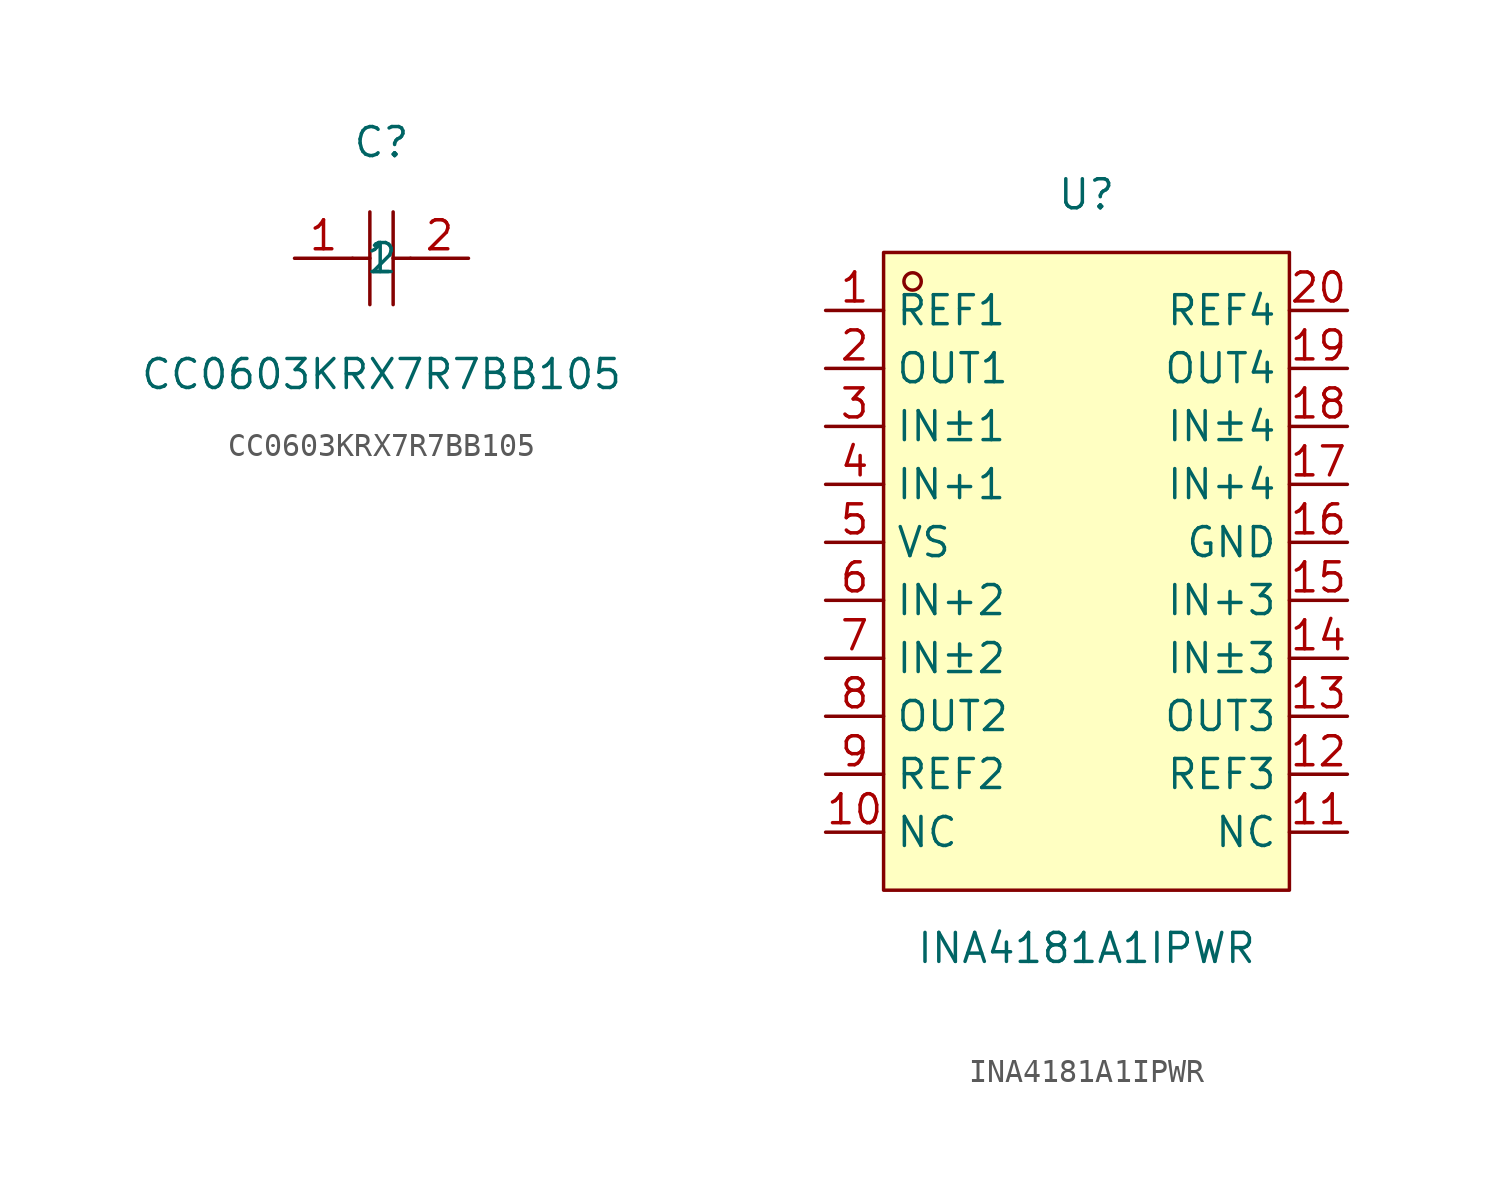
<source format=kicad_sym>
(kicad_symbol_lib
  (version 20211014)
  (generator https://github.com/uPesy/easyeda2kicad.py)
  (symbol "CC0603KRX7R7BB105"
    (property "Reference" "C"
      (at 0 5.08 0)
      (effects (font (size 1.27 1.27))))
    (property "Value" "CC0603KRX7R7BB105"
      (at 0 -5.08 0)
      (effects (font (size 1.27 1.27))))
    (symbol "CC0603KRX7R7BB105_0_1"
      (polyline (pts (xy -0.51 2.03) (xy -0.51 -2.03)) (stroke (width 0) (type default) (color 0 0 0 0)) (fill (type none)))
      (polyline (pts (xy 0.51 2.03) (xy 0.51 -2.03)) (stroke (width 0) (type default) (color 0 0 0 0)) (fill (type none)))
      (polyline (pts (xy -1.27 -0.00) (xy -0.51 -0.00)) (stroke (width 0) (type default) (color 0 0 0 0)) (fill (type none)))
      (polyline (pts (xy 0.51 -0.00) (xy 1.27 -0.00)) (stroke (width 0) (type default) (color 0 0 0 0)) (fill (type none)))
      (pin input line (at -3.81 -0.00 0) (length 2.54) (name "1" (effects (font (size 1.27 1.27)))) (number "1" (effects (font (size 1.27 1.27)))))
      (pin input line (at 3.81 -0.00 180) (length 2.54) (name "2" (effects (font (size 1.27 1.27)))) (number "2" (effects (font (size 1.27 1.27)))))))
  (symbol "INA4181A1IPWR"
    (property "Reference" "U"
      (at 0 16.51 0)
      (effects (font (size 1.27 1.27))))
    (property "Value" "INA4181A1IPWR"
      (at 0 -16.51 0)
      (effects (font (size 1.27 1.27))))
    (symbol "INA4181A1IPWR_0_1"
      (rectangle (start -8.89 13.97) (end 8.89 -13.97) (stroke (width 0) (type default) (color 0 0 0 0)) (fill (type background)))
      (circle (center -7.62 12.70) (radius 0.38) (stroke (width 0) (type default) (color 0 0 0 0)) (fill (type none)))
      (pin unspecified line (at -11.43 11.43 0) (length 2.54) (name "REF1" (effects (font (size 1.27 1.27)))) (number "1" (effects (font (size 1.27 1.27)))))
      (pin unspecified line (at -11.43 8.89 0) (length 2.54) (name "OUT1" (effects (font (size 1.27 1.27)))) (number "2" (effects (font (size 1.27 1.27)))))
      (pin unspecified line (at -11.43 6.35 0) (length 2.54) (name "IN±1" (effects (font (size 1.27 1.27)))) (number "3" (effects (font (size 1.27 1.27)))))
      (pin unspecified line (at -11.43 3.81 0) (length 2.54) (name "IN+1" (effects (font (size 1.27 1.27)))) (number "4" (effects (font (size 1.27 1.27)))))
      (pin unspecified line (at -11.43 1.27 0) (length 2.54) (name "VS" (effects (font (size 1.27 1.27)))) (number "5" (effects (font (size 1.27 1.27)))))
      (pin unspecified line (at -11.43 -1.27 0) (length 2.54) (name "IN+2" (effects (font (size 1.27 1.27)))) (number "6" (effects (font (size 1.27 1.27)))))
      (pin unspecified line (at -11.43 -3.81 0) (length 2.54) (name "IN±2" (effects (font (size 1.27 1.27)))) (number "7" (effects (font (size 1.27 1.27)))))
      (pin unspecified line (at -11.43 -6.35 0) (length 2.54) (name "OUT2" (effects (font (size 1.27 1.27)))) (number "8" (effects (font (size 1.27 1.27)))))
      (pin unspecified line (at -11.43 -8.89 0) (length 2.54) (name "REF2" (effects (font (size 1.27 1.27)))) (number "9" (effects (font (size 1.27 1.27)))))
      (pin unspecified line (at -11.43 -11.43 0) (length 2.54) (name "NC" (effects (font (size 1.27 1.27)))) (number "10" (effects (font (size 1.27 1.27)))))
      (pin unspecified line (at 11.43 -11.43 180) (length 2.54) (name "NC" (effects (font (size 1.27 1.27)))) (number "11" (effects (font (size 1.27 1.27)))))
      (pin unspecified line (at 11.43 -8.89 180) (length 2.54) (name "REF3" (effects (font (size 1.27 1.27)))) (number "12" (effects (font (size 1.27 1.27)))))
      (pin unspecified line (at 11.43 -6.35 180) (length 2.54) (name "OUT3" (effects (font (size 1.27 1.27)))) (number "13" (effects (font (size 1.27 1.27)))))
      (pin unspecified line (at 11.43 -3.81 180) (length 2.54) (name "IN±3" (effects (font (size 1.27 1.27)))) (number "14" (effects (font (size 1.27 1.27)))))
      (pin unspecified line (at 11.43 -1.27 180) (length 2.54) (name "IN+3" (effects (font (size 1.27 1.27)))) (number "15" (effects (font (size 1.27 1.27)))))
      (pin unspecified line (at 11.43 1.27 180) (length 2.54) (name "GND" (effects (font (size 1.27 1.27)))) (number "16" (effects (font (size 1.27 1.27)))))
      (pin unspecified line (at 11.43 3.81 180) (length 2.54) (name "IN+4" (effects (font (size 1.27 1.27)))) (number "17" (effects (font (size 1.27 1.27)))))
      (pin unspecified line (at 11.43 6.35 180) (length 2.54) (name "IN±4" (effects (font (size 1.27 1.27)))) (number "18" (effects (font (size 1.27 1.27)))))
      (pin unspecified line (at 11.43 8.89 180) (length 2.54) (name "OUT4" (effects (font (size 1.27 1.27)))) (number "19" (effects (font (size 1.27 1.27)))))
      (pin unspecified line (at 11.43 11.43 180) (length 2.54) (name "REF4" (effects (font (size 1.27 1.27)))) (number "20" (effects (font (size 1.27 1.27))))))))
</source>
